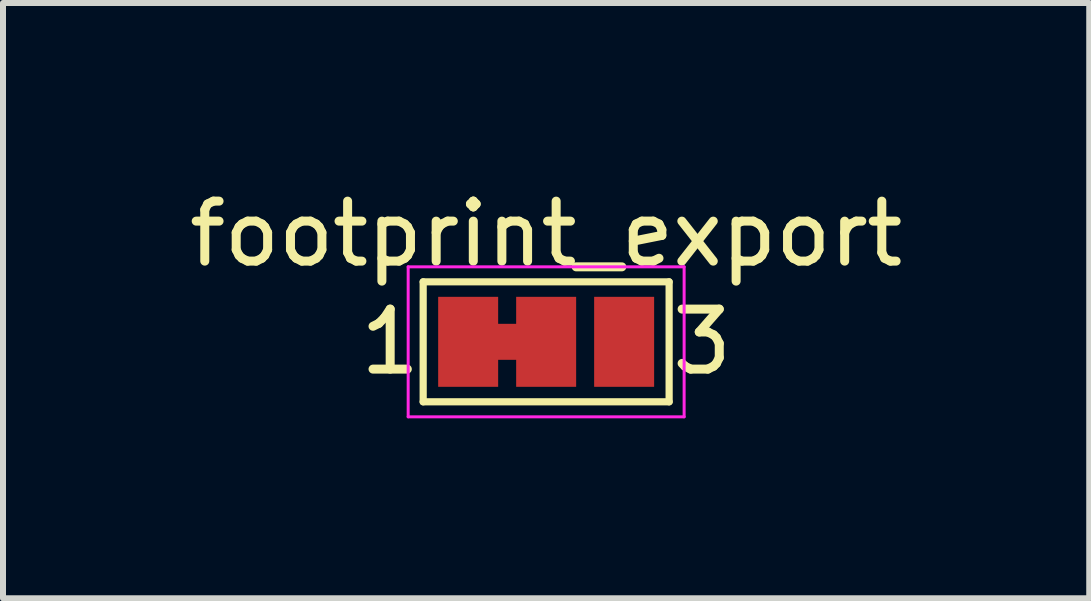
<source format=kicad_pcb>
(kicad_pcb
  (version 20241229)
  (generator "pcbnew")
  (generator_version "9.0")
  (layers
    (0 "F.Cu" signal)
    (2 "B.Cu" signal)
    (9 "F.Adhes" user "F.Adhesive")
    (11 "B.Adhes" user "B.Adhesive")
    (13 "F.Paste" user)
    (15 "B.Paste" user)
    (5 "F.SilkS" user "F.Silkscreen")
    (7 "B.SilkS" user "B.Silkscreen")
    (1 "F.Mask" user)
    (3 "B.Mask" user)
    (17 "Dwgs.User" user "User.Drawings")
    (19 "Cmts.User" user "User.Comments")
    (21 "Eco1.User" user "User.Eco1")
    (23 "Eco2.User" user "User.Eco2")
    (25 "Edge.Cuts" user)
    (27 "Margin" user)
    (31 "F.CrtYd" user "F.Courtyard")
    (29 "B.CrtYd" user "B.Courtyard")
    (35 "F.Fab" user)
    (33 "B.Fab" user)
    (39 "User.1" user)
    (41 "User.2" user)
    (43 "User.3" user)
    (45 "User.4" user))
  (footprint "footprint_export"
    (layer "F.Cu")
    (at 6.054 2.648)
    (property "Reference" "footprint_export" (at 0 -1.8 0) (layer "F.SilkS") (effects (font (size 1 1) (thickness 0.15))))
    (attr exclude_from_pos_files exclude_from_bom)
    (fp_poly (pts (xy -0.9 -0.3) (xy -0.4 -0.3) (xy -0.4 0.3) (xy -0.9 0.3)) (stroke (width 0) (type solid)) (fill yes) (layer "F.Cu"))
    (fp_line (start -2.05 -1) (end 2.05 -1) (stroke (width 0.12) (type solid)) (layer "F.SilkS"))
    (fp_line (start -2.05 1) (end -2.05 -1) (stroke (width 0.12) (type solid)) (layer "F.SilkS"))
    (fp_line (start 2.05 -1) (end 2.05 1) (stroke (width 0.12) (type solid)) (layer "F.SilkS"))
    (fp_line (start 2.05 1) (end -2.05 1) (stroke (width 0.12) (type solid)) (layer "F.SilkS"))
    (fp_line (start -2.3 -1.25) (end -2.3 1.25) (stroke (width 0.05) (type solid)) (layer "F.CrtYd"))
    (fp_line (start -2.3 -1.25) (end 2.3 -1.25) (stroke (width 0.05) (type solid)) (layer "F.CrtYd"))
    (fp_line (start 2.3 1.25) (end -2.3 1.25) (stroke (width 0.05) (type solid)) (layer "F.CrtYd"))
    (fp_line (start 2.3 1.25) (end 2.3 -1.25) (stroke (width 0.05) (type solid)) (layer "F.CrtYd"))
    (fp_text user "3" (at 2.6 0 0) (layer "F.SilkS") (effects (font (size 1 1) (thickness 0.15))))
    (fp_text user "1" (at -2.6 0 0) (layer "F.SilkS") (effects (font (size 1 1) (thickness 0.15))))
    (pad "1" smd rect (at -1.3 0) (size 1 1.5) (layers "F.Cu" "F.Mask"))
    (pad "2" smd rect (at 0 0) (size 1 1.5) (layers "F.Cu" "F.Mask"))
    (pad "3" smd rect (at 1.3 0) (size 1 1.5) (layers "F.Cu" "F.Mask")))
  (gr_rect
    (start -3 -3)
    (end 15.107 6.923)
    (stroke (width 0.1) (type default))
    (fill no)
    (layer "Edge.Cuts")))
</source>
